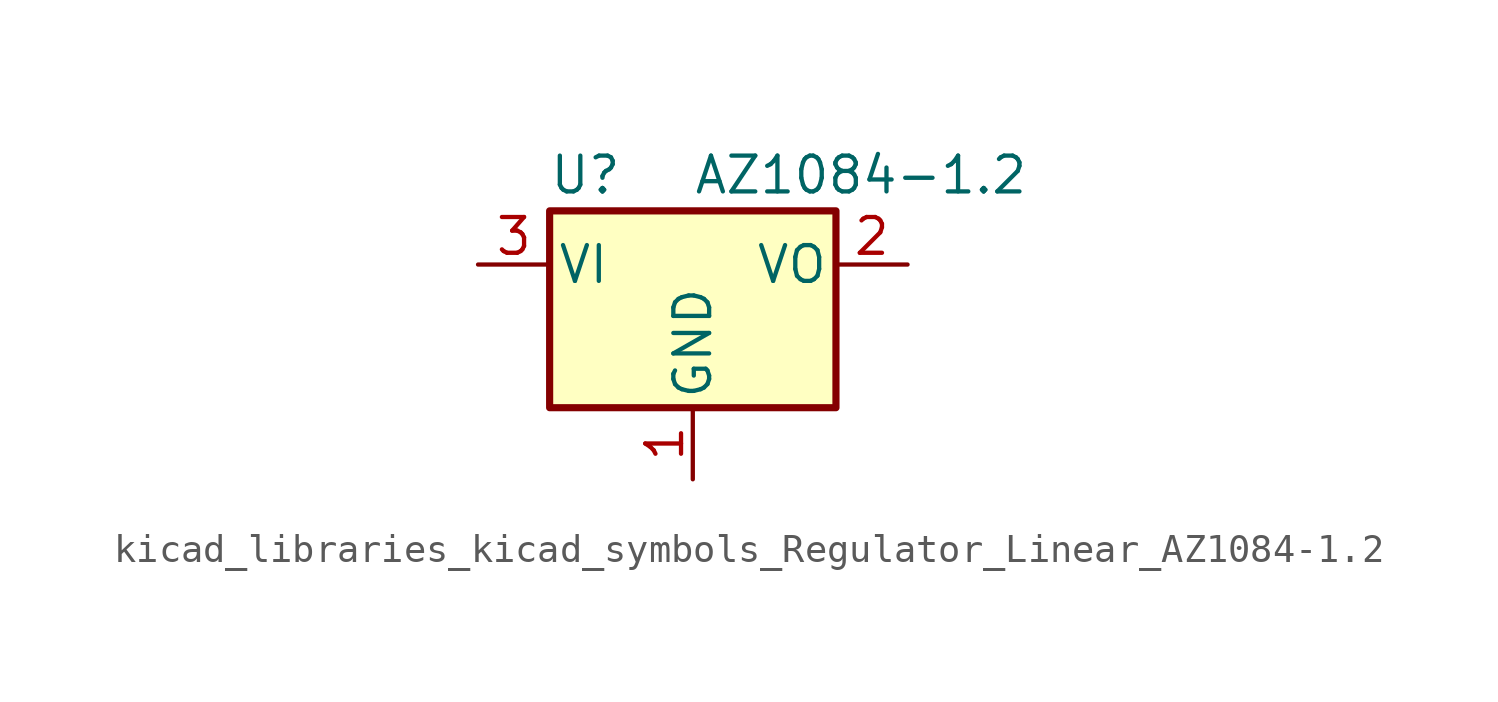
<source format=kicad_sym>
(kicad_symbol_lib
  (version 20220914)
  (generator kicad_symbol_editor)
  (symbol "kicad_libraries_kicad_symbols_Regulator_Linear_AZ1084-1.2"
    (pin_names
      (offset 0.254))
    (property "Reference" "U"
      (at -3.81 3.175 0)
      (effects (font (size 1.27 1.27))))
    (property "Value" "AZ1084-1.2"
      (at 0 3.175 0)
      (effects (font (size 1.27 1.27)) (justify left)))
    (symbol "kicad_libraries_kicad_symbols_Regulator_Linear_AZ1084-1.2_0_1"
      (rectangle (start -5.08 1.905) (end 5.08 -5.08) (stroke (width 0.254) (type default)) (fill (type background))))
    (symbol "kicad_libraries_kicad_symbols_Regulator_Linear_AZ1084-1.2_1_1"
      (pin power_in line (at 0 -7.62 90) (length 2.54) (name "GND" (effects (font (size 1.27 1.27)))) (number "1" (effects (font (size 1.27 1.27)))))
      (pin power_out line (at 7.62 0 180) (length 2.54) (name "VO" (effects (font (size 1.27 1.27)))) (number "2" (effects (font (size 1.27 1.27)))))
      (pin power_in line (at -7.62 0 0) (length 2.54) (name "VI" (effects (font (size 1.27 1.27)))) (number "3" (effects (font (size 1.27 1.27))))))))
</source>
